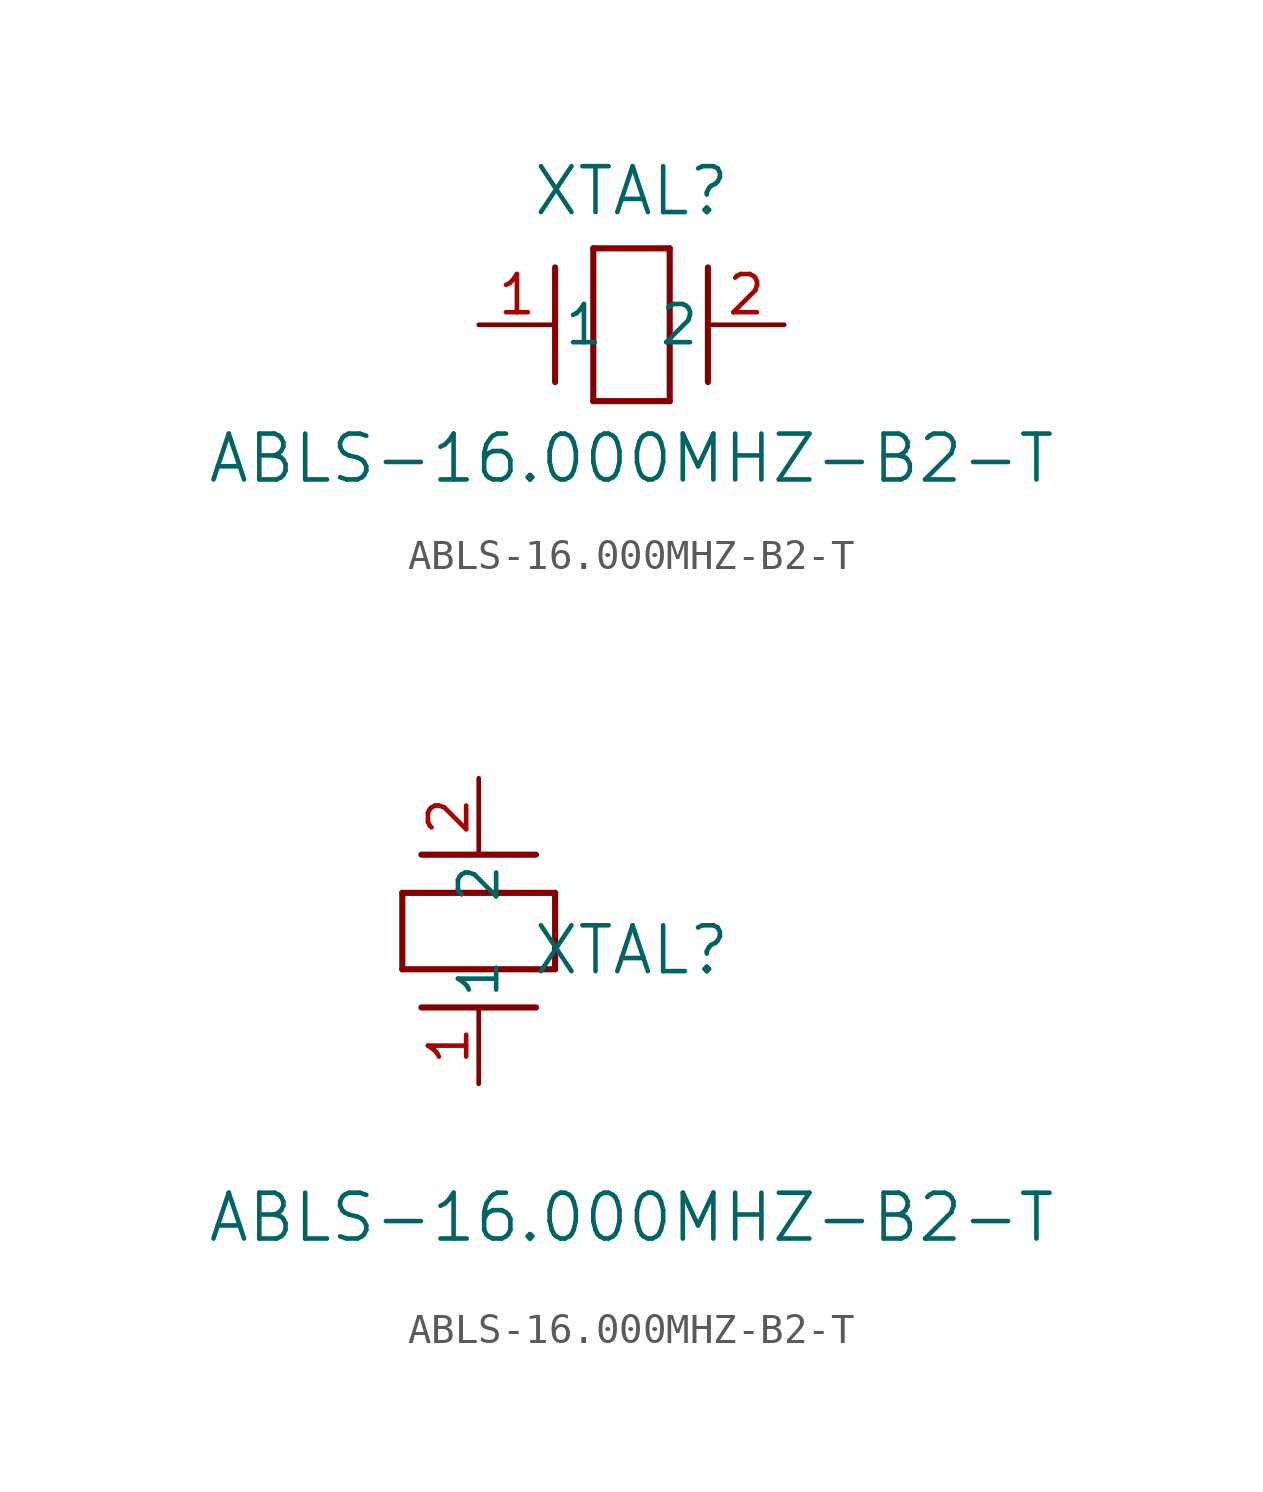
<source format=kicad_sym>
(kicad_symbol_lib
  (version 20211014)
  (generator kicad_symbol_editor)
  (symbol "ABLS-16.000MHZ-B2-T"
    (pin_names
      (offset 0.254))
    (property "Reference" "XTAL"
      (at 5.08 4.445 0)
      (effects (font (size 1.524 1.524))))
    (property "Value" "ABLS-16.000MHZ-B2-T"
      (at 5.08 -4.445 0)
      (effects (font (size 1.524 1.524))))
    (symbol "ABLS-16.000MHZ-B2-T_1_1"
      (polyline (pts (xy 2.54 -1.905) (xy 2.54 1.905)) (stroke (width 0.203) (type default) (color 0 0 0 0)) (fill (type none)))
      (polyline (pts (xy 6.35 2.54) (xy 6.35 -2.54)) (stroke (width 0.203) (type default) (color 0 0 0 0)) (fill (type none)))
      (polyline (pts (xy 7.62 -1.905) (xy 7.62 1.905)) (stroke (width 0.203) (type default) (color 0 0 0 0)) (fill (type none)))
      (polyline (pts (xy 6.35 -2.54) (xy 3.81 -2.54)) (stroke (width 0.203) (type default) (color 0 0 0 0)) (fill (type none)))
      (polyline (pts (xy 3.81 2.54) (xy 6.35 2.54)) (stroke (width 0.203) (type default) (color 0 0 0 0)) (fill (type none)))
      (polyline (pts (xy 3.81 -2.54) (xy 3.81 2.54)) (stroke (width 0.203) (type default) (color 0 0 0 0)) (fill (type none)))
      (pin unspecified line (at 0 0 0) (length 2.54) (name "1" (effects (font (size 1.27 1.27)))) (number "1" (effects (font (size 1.27 1.27)))))
      (pin unspecified line (at 10.16 0 180) (length 2.54) (name "2" (effects (font (size 1.27 1.27)))) (number "2" (effects (font (size 1.27 1.27))))))
    (symbol "ABLS-16.000MHZ-B2-T_1_2"
      (polyline (pts (xy 1.905 7.62) (xy -1.905 7.62)) (stroke (width 0.203) (type default) (color 0 0 0 0)) (fill (type none)))
      (polyline (pts (xy -2.54 3.81) (xy -2.54 6.35)) (stroke (width 0.203) (type default) (color 0 0 0 0)) (fill (type none)))
      (polyline (pts (xy 1.905 2.54) (xy -1.905 2.54)) (stroke (width 0.203) (type default) (color 0 0 0 0)) (fill (type none)))
      (polyline (pts (xy 2.54 6.35) (xy 2.54 3.81)) (stroke (width 0.203) (type default) (color 0 0 0 0)) (fill (type none)))
      (polyline (pts (xy -2.54 6.35) (xy 2.54 6.35)) (stroke (width 0.203) (type default) (color 0 0 0 0)) (fill (type none)))
      (polyline (pts (xy 2.54 3.81) (xy -2.54 3.81)) (stroke (width 0.203) (type default) (color 0 0 0 0)) (fill (type none)))
      (pin unspecified line (at 0 0 90) (length 2.54) (name "1" (effects (font (size 1.27 1.27)))) (number "1" (effects (font (size 1.27 1.27)))))
      (pin unspecified line (at 0 10.16 270) (length 2.54) (name "2" (effects (font (size 1.27 1.27)))) (number "2" (effects (font (size 1.27 1.27))))))))
</source>
